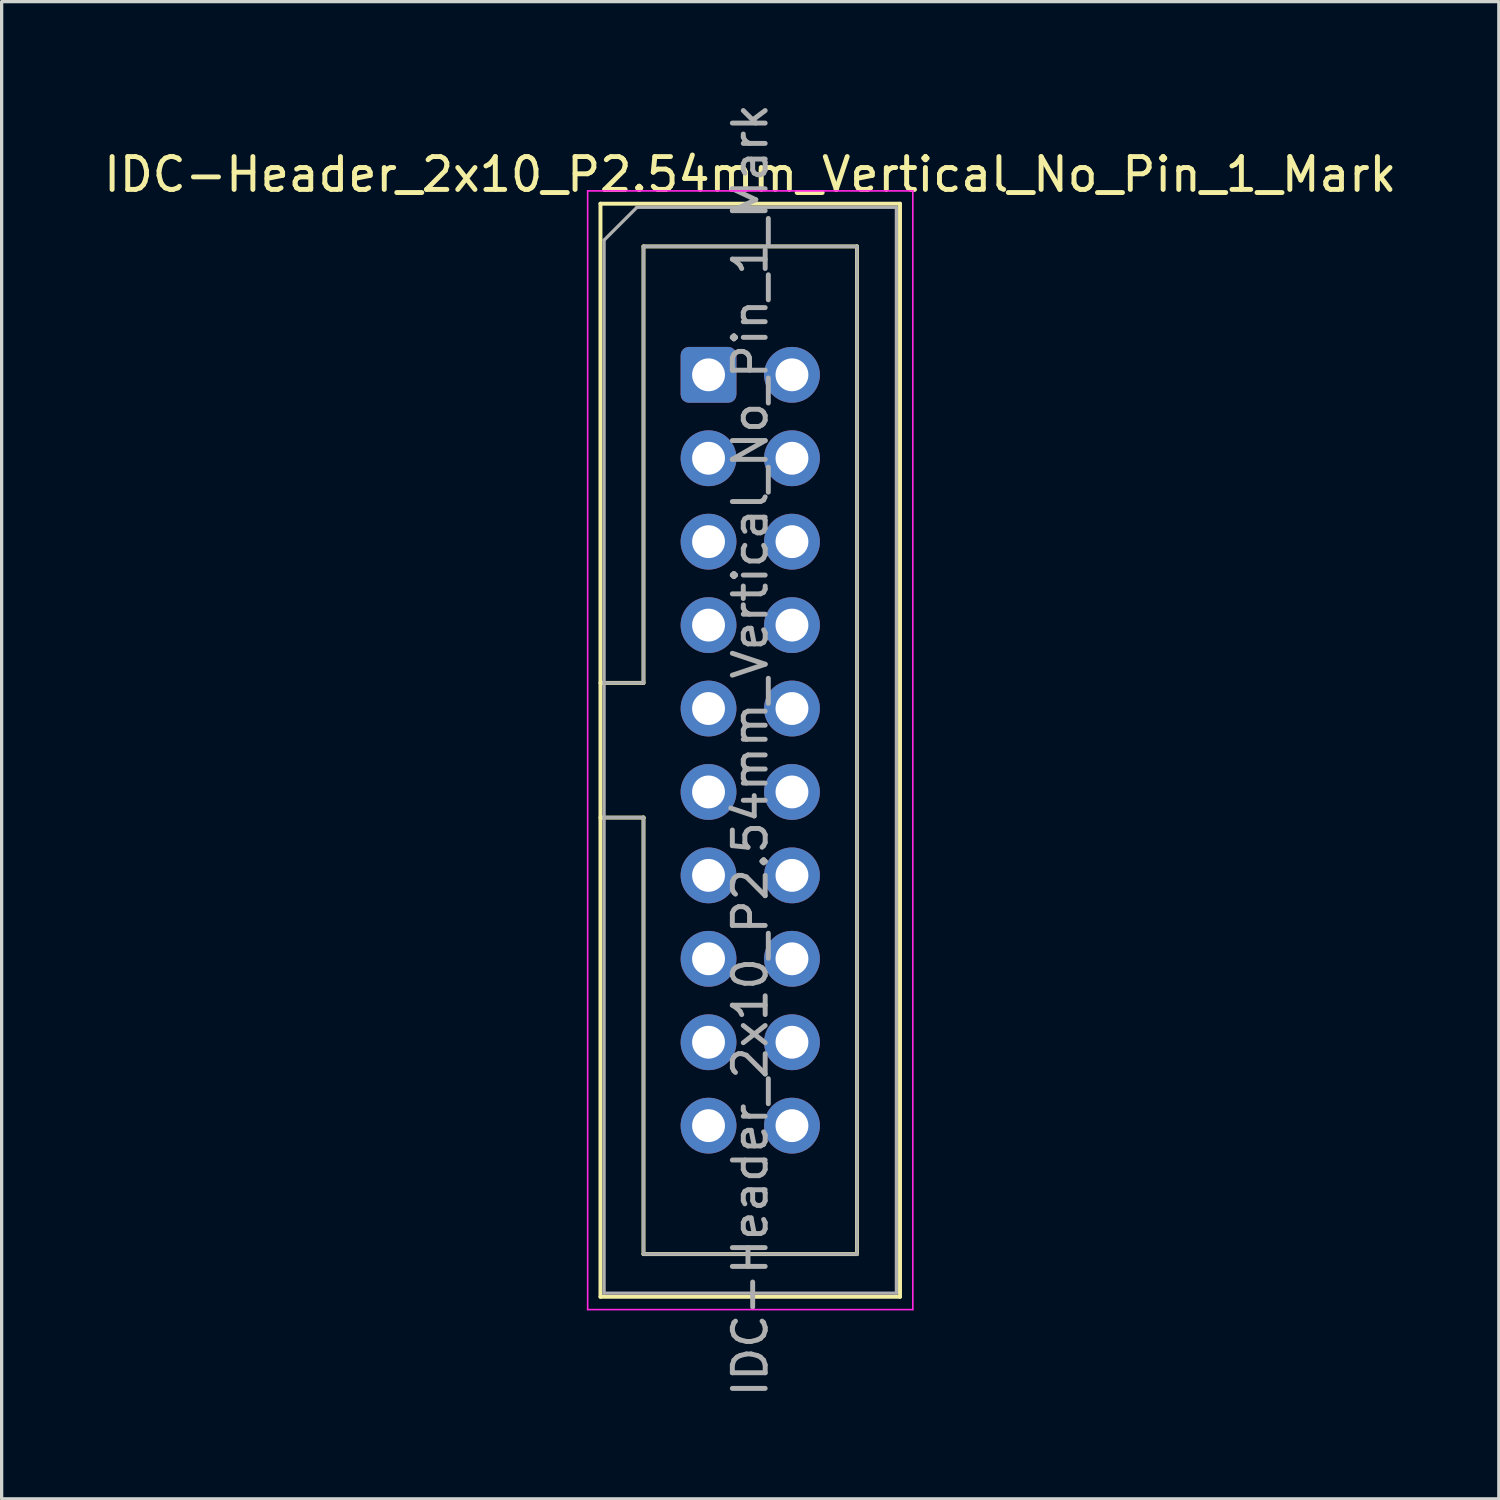
<source format=kicad_pcb>
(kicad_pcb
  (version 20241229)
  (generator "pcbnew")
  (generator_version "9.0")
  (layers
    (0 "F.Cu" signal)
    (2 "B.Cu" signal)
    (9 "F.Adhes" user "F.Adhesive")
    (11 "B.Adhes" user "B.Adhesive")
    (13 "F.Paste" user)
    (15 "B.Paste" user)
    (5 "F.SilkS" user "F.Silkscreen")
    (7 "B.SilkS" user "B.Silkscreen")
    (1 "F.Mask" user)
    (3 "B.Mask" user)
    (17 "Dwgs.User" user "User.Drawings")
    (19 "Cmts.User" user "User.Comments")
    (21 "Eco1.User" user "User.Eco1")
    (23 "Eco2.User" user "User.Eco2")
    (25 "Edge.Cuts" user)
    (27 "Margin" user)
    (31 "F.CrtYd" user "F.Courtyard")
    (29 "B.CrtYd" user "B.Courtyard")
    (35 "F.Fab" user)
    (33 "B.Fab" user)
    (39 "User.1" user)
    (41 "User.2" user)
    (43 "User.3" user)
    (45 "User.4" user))
  (footprint "IDC-Header_2x10_P2.54mm_Vertical_No_Pin_1_Mark"
    (layer "F.Cu")
    (at 18.522 8.362)
    (property "Reference" "IDC-Header_2x10_P2.54mm_Vertical_No_Pin_1_Mark" (at 1.27 -6.1 0) (layer "F.SilkS") (effects (font (size 1 1) (thickness 0.15))))
    (attr through_hole)
    (fp_line (start -3.29 -5.21) (end 5.83 -5.21) (stroke (width 0.12) (type solid)) (layer "F.SilkS"))
    (fp_line (start -3.29 9.38) (end -1.98 9.38) (stroke (width 0.12) (type solid)) (layer "F.SilkS"))
    (fp_line (start -3.29 28.07) (end -3.29 -5.21) (stroke (width 0.12) (type solid)) (layer "F.SilkS"))
    (fp_line (start -1.98 -3.91) (end 4.52 -3.91) (stroke (width 0.12) (type solid)) (layer "F.SilkS"))
    (fp_line (start -1.98 9.38) (end -1.98 -3.91) (stroke (width 0.12) (type solid)) (layer "F.SilkS"))
    (fp_line (start -1.98 13.48) (end -3.29 13.48) (stroke (width 0.12) (type solid)) (layer "F.SilkS"))
    (fp_line (start -1.98 13.48) (end -1.98 13.48) (stroke (width 0.12) (type solid)) (layer "F.SilkS"))
    (fp_line (start -1.98 26.77) (end -1.98 13.48) (stroke (width 0.12) (type solid)) (layer "F.SilkS"))
    (fp_line (start 4.52 -3.91) (end 4.52 26.77) (stroke (width 0.12) (type solid)) (layer "F.SilkS"))
    (fp_line (start 4.52 26.77) (end -1.98 26.77) (stroke (width 0.12) (type solid)) (layer "F.SilkS"))
    (fp_line (start 5.83 -5.21) (end 5.83 28.07) (stroke (width 0.12) (type solid)) (layer "F.SilkS"))
    (fp_line (start 5.83 28.07) (end -3.29 28.07) (stroke (width 0.12) (type solid)) (layer "F.SilkS"))
    (fp_line (start -3.68 -5.6) (end -3.68 28.46) (stroke (width 0.05) (type solid)) (layer "F.CrtYd"))
    (fp_line (start -3.68 28.46) (end 6.22 28.46) (stroke (width 0.05) (type solid)) (layer "F.CrtYd"))
    (fp_line (start 6.22 -5.6) (end -3.68 -5.6) (stroke (width 0.05) (type solid)) (layer "F.CrtYd"))
    (fp_line (start 6.22 28.46) (end 6.22 -5.6) (stroke (width 0.05) (type solid)) (layer "F.CrtYd"))
    (fp_line (start -3.18 -4.1) (end -2.18 -5.1) (stroke (width 0.1) (type solid)) (layer "F.Fab"))
    (fp_line (start -3.18 9.38) (end -1.98 9.38) (stroke (width 0.1) (type solid)) (layer "F.Fab"))
    (fp_line (start -3.18 27.96) (end -3.18 -4.1) (stroke (width 0.1) (type solid)) (layer "F.Fab"))
    (fp_line (start -2.18 -5.1) (end 5.72 -5.1) (stroke (width 0.1) (type solid)) (layer "F.Fab"))
    (fp_line (start -1.98 -3.91) (end 4.52 -3.91) (stroke (width 0.1) (type solid)) (layer "F.Fab"))
    (fp_line (start -1.98 9.38) (end -1.98 -3.91) (stroke (width 0.1) (type solid)) (layer "F.Fab"))
    (fp_line (start -1.98 13.48) (end -3.18 13.48) (stroke (width 0.1) (type solid)) (layer "F.Fab"))
    (fp_line (start -1.98 13.48) (end -1.98 13.48) (stroke (width 0.1) (type solid)) (layer "F.Fab"))
    (fp_line (start -1.98 26.77) (end -1.98 13.48) (stroke (width 0.1) (type solid)) (layer "F.Fab"))
    (fp_line (start 4.52 -3.91) (end 4.52 26.77) (stroke (width 0.1) (type solid)) (layer "F.Fab"))
    (fp_line (start 4.52 26.77) (end -1.98 26.77) (stroke (width 0.1) (type solid)) (layer "F.Fab"))
    (fp_line (start 5.72 -5.1) (end 5.72 27.96) (stroke (width 0.1) (type solid)) (layer "F.Fab"))
    (fp_line (start 5.72 27.96) (end -3.18 27.96) (stroke (width 0.1) (type solid)) (layer "F.Fab"))
    (fp_text user "${REFERENCE}" (at 1.27 11.43 90) (layer "F.Fab") (effects (font (size 1 1) (thickness 0.15))))
    (pad "1" thru_hole roundrect (at 0 0) (size 1.7 1.7) (drill 1) (layers "*.Cu" "*.Mask") (roundrect_rratio 0.147))
    (pad "2" thru_hole circle (at 2.54 0) (size 1.7 1.7) (drill 1) (layers "*.Cu" "*.Mask"))
    (pad "3" thru_hole circle (at 0 2.54) (size 1.7 1.7) (drill 1) (layers "*.Cu" "*.Mask"))
    (pad "4" thru_hole circle (at 2.54 2.54) (size 1.7 1.7) (drill 1) (layers "*.Cu" "*.Mask"))
    (pad "5" thru_hole circle (at 0 5.08) (size 1.7 1.7) (drill 1) (layers "*.Cu" "*.Mask"))
    (pad "6" thru_hole circle (at 2.54 5.08) (size 1.7 1.7) (drill 1) (layers "*.Cu" "*.Mask"))
    (pad "7" thru_hole circle (at 0 7.62) (size 1.7 1.7) (drill 1) (layers "*.Cu" "*.Mask"))
    (pad "8" thru_hole circle (at 2.54 7.62) (size 1.7 1.7) (drill 1) (layers "*.Cu" "*.Mask"))
    (pad "9" thru_hole circle (at 0 10.16) (size 1.7 1.7) (drill 1) (layers "*.Cu" "*.Mask"))
    (pad "10" thru_hole circle (at 2.54 10.16) (size 1.7 1.7) (drill 1) (layers "*.Cu" "*.Mask"))
    (pad "11" thru_hole circle (at 0 12.7) (size 1.7 1.7) (drill 1) (layers "*.Cu" "*.Mask"))
    (pad "12" thru_hole circle (at 2.54 12.7) (size 1.7 1.7) (drill 1) (layers "*.Cu" "*.Mask"))
    (pad "13" thru_hole circle (at 0 15.24) (size 1.7 1.7) (drill 1) (layers "*.Cu" "*.Mask"))
    (pad "14" thru_hole circle (at 2.54 15.24) (size 1.7 1.7) (drill 1) (layers "*.Cu" "*.Mask"))
    (pad "15" thru_hole circle (at 0 17.78) (size 1.7 1.7) (drill 1) (layers "*.Cu" "*.Mask"))
    (pad "16" thru_hole circle (at 2.54 17.78) (size 1.7 1.7) (drill 1) (layers "*.Cu" "*.Mask"))
    (pad "17" thru_hole circle (at 0 20.32) (size 1.7 1.7) (drill 1) (layers "*.Cu" "*.Mask"))
    (pad "18" thru_hole circle (at 2.54 20.32) (size 1.7 1.7) (drill 1) (layers "*.Cu" "*.Mask"))
    (pad "19" thru_hole circle (at 0 22.86) (size 1.7 1.7) (drill 1) (layers "*.Cu" "*.Mask"))
    (pad "20" thru_hole circle (at 2.54 22.86) (size 1.7 1.7) (drill 1) (layers "*.Cu" "*.Mask")))
  (gr_rect
    (start -3 -3)
    (end 42.583 42.583)
    (stroke (width 0.1) (type default))
    (fill no)
    (layer "Edge.Cuts")))
</source>
